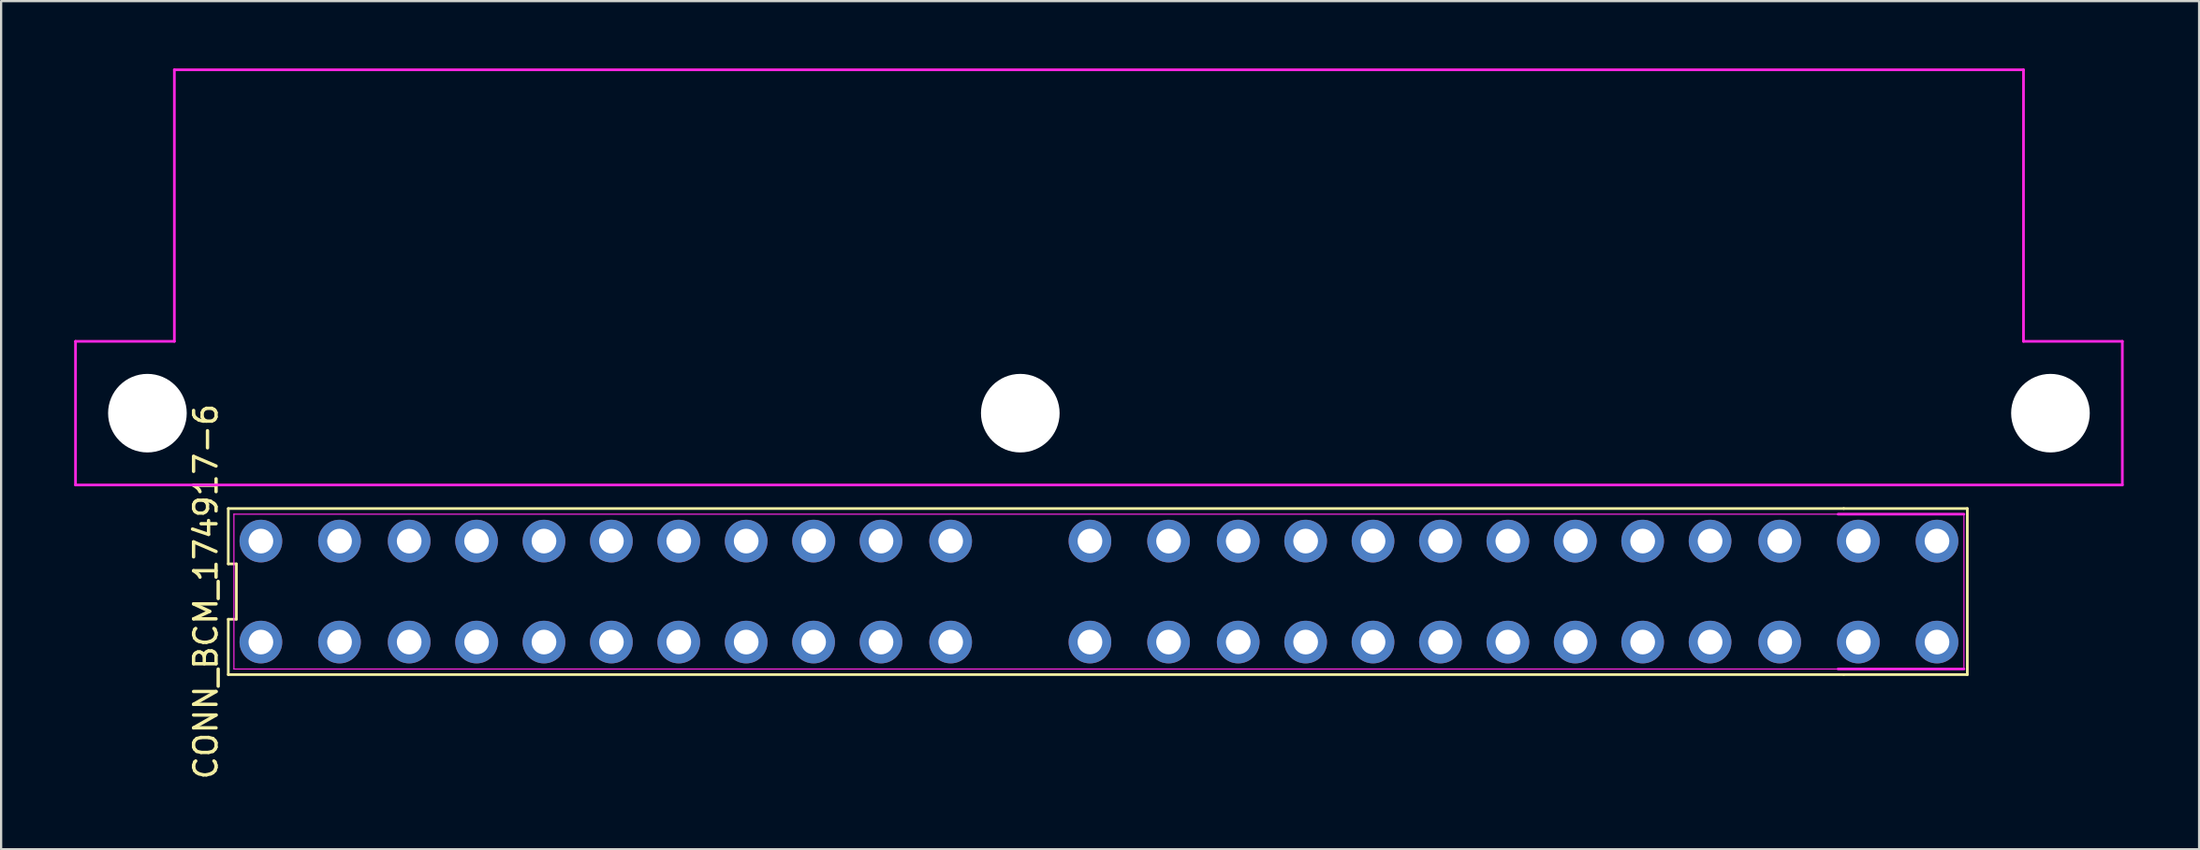
<source format=kicad_pcb>
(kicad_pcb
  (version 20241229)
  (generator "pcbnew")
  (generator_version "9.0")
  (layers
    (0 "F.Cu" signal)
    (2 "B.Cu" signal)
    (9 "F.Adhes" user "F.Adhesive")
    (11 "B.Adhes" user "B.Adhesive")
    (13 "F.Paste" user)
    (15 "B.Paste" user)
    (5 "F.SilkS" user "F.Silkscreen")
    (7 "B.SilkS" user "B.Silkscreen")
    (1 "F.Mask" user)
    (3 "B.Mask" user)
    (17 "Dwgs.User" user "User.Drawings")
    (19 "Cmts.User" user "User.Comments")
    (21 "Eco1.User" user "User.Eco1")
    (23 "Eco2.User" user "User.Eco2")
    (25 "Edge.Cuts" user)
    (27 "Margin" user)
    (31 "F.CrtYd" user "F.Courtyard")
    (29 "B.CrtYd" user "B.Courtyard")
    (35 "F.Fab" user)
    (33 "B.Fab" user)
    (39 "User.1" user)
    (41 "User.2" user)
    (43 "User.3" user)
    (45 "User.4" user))
  (footprint "CONN_BCM_174917-6"
    (layer "F.Cu")
    (at 8.561 21.06)
    (property "Reference" "CONN_BCM_174917-6" (at -2.45 2.25 90) (layer "F.SilkS") (effects (font (size 1 1) (thickness 0.15))))
    (attr through_hole)
    (fp_line (start -1.45 -1.45) (end -1.45 1.017) (stroke (width 0.12) (type solid)) (layer "F.SilkS"))
    (fp_line (start -1.45 1.017) (end -1.09 1.017) (stroke (width 0.12) (type solid)) (layer "F.SilkS"))
    (fp_line (start -1.45 3.483) (end -1.45 5.95) (stroke (width 0.12) (type solid)) (layer "F.SilkS"))
    (fp_line (start -1.45 5.95) (end 70.45 5.95) (stroke (width 0.12) (type solid)) (layer "F.SilkS"))
    (fp_line (start -1.09 1.017) (end -1.09 3.483) (stroke (width 0.12) (type solid)) (layer "F.SilkS"))
    (fp_line (start -1.09 3.483) (end -1.45 3.483) (stroke (width 0.12) (type solid)) (layer "F.SilkS"))
    (fp_line (start 70.45 -1.45) (end -1.45 -1.45) (stroke (width 0.12) (type solid)) (layer "F.SilkS"))
    (fp_line (start 70.45 -1.45) (end 75.95 -1.45) (stroke (width 0.12) (type solid)) (layer "F.SilkS"))
    (fp_line (start 75.95 5.95) (end 70.45 5.95) (stroke (width 0.12) (type solid)) (layer "F.SilkS"))
    (fp_line (start 75.95 5.95) (end 75.95 -1.45) (stroke (width 0.12) (type solid)) (layer "F.SilkS"))
    (fp_circle (center -5 -5.7) (end -8.5 -5.8) (stroke (width 0.12) (type solid)) (fill no) (layer "Eco1.User"))
    (fp_circle (center 79.7 -5.7) (end 83.2 -5.9) (stroke (width 0.12) (type solid)) (fill no) (layer "Eco1.User"))
    (fp_line (start -8.25 -8.9) (end -3.85 -8.9) (stroke (width 0.12) (type solid)) (layer "F.CrtYd"))
    (fp_line (start -8.25 -2.5) (end -8.25 -8.9) (stroke (width 0.12) (type solid)) (layer "F.CrtYd"))
    (fp_line (start -8.25 -2.5) (end 82.85 -2.5) (stroke (width 0.12) (type solid)) (layer "F.CrtYd"))
    (fp_line (start -3.85 -21) (end 78.45 -21) (stroke (width 0.12) (type solid)) (layer "F.CrtYd"))
    (fp_line (start -3.85 -8.9) (end -3.85 -21) (stroke (width 0.12) (type solid)) (layer "F.CrtYd"))
    (fp_line (start -1.2 -1.2) (end 70.2 -1.2) (stroke (width 0.05) (type solid)) (layer "F.CrtYd"))
    (fp_line (start -1.2 5.7) (end -1.2 -1.2) (stroke (width 0.05) (type solid)) (layer "F.CrtYd"))
    (fp_line (start 70.2 5.7) (end -1.2 5.7) (stroke (width 0.05) (type solid)) (layer "F.CrtYd"))
    (fp_line (start 70.2 5.7) (end 75.8 5.7) (stroke (width 0.12) (type solid)) (layer "F.CrtYd"))
    (fp_line (start 75.8 -1.2) (end 70.2 -1.2) (stroke (width 0.12) (type solid)) (layer "F.CrtYd"))
    (fp_line (start 75.8 -1.2) (end 75.8 5.7) (stroke (width 0.05) (type solid)) (layer "F.CrtYd"))
    (fp_line (start 78.45 -8.9) (end 78.45 -21) (stroke (width 0.12) (type solid)) (layer "F.CrtYd"))
    (fp_line (start 82.85 -8.9) (end 78.45 -8.9) (stroke (width 0.12) (type solid)) (layer "F.CrtYd"))
    (fp_line (start 82.85 -2.5) (end 82.85 -8.9) (stroke (width 0.12) (type solid)) (layer "F.CrtYd"))
    (pad "" np_thru_hole circle (at -5.05 -5.7) (size 3.5 3.5) (drill 3.5) (layers "*.Cu" "*.Mask"))
    (pad "" np_thru_hole circle (at 33.8 -5.7) (size 3.5 3.5) (drill 3.5) (layers "*.Cu" "*.Mask"))
    (pad "" np_thru_hole circle (at 79.65 -5.7) (size 3.5 3.5) (drill 3.5) (layers "*.Cu" "*.Mask"))
    (pad "A01" thru_hole circle (at 74.6 0) (size 1.9 1.9) (drill 1.1) (layers "*.Cu" "*.Mask"))
    (pad "A02" thru_hole circle (at 71.1 0) (size 1.9 1.9) (drill 1.1) (layers "*.Cu" "*.Mask"))
    (pad "A03" thru_hole circle (at 67.6 0) (size 1.9 1.9) (drill 1.1) (layers "*.Cu" "*.Mask"))
    (pad "A04" thru_hole circle (at 64.5 0) (size 1.9 1.9) (drill 1.1) (layers "*.Cu" "*.Mask"))
    (pad "A05" thru_hole circle (at 61.5 0) (size 1.9 1.9) (drill 1.1) (layers "*.Cu" "*.Mask"))
    (pad "A06" thru_hole circle (at 58.5 0) (size 1.9 1.9) (drill 1.1) (layers "*.Cu" "*.Mask"))
    (pad "A07" thru_hole circle (at 55.5 0) (size 1.9 1.9) (drill 1.1) (layers "*.Cu" "*.Mask"))
    (pad "A08" thru_hole circle (at 52.5 0) (size 1.9 1.9) (drill 1.1) (layers "*.Cu" "*.Mask"))
    (pad "A09" thru_hole circle (at 49.5 0) (size 1.9 1.9) (drill 1.1) (layers "*.Cu" "*.Mask"))
    (pad "A10" thru_hole circle (at 46.5 0) (size 1.9 1.9) (drill 1.1) (layers "*.Cu" "*.Mask"))
    (pad "A11" thru_hole circle (at 43.5 0) (size 1.9 1.9) (drill 1.1) (layers "*.Cu" "*.Mask"))
    (pad "A12" thru_hole circle (at 40.4 0) (size 1.9 1.9) (drill 1.1) (layers "*.Cu" "*.Mask"))
    (pad "A13" thru_hole circle (at 36.9 0) (size 1.9 1.9) (drill 1.1) (layers "*.Cu" "*.Mask"))
    (pad "A14" thru_hole circle (at 74.6 4.5) (size 1.9 1.9) (drill 1.1) (layers "*.Cu" "*.Mask"))
    (pad "A15" thru_hole circle (at 71.1 4.5) (size 1.9 1.9) (drill 1.1) (layers "*.Cu" "*.Mask"))
    (pad "A16" thru_hole circle (at 67.6 4.5) (size 1.9 1.9) (drill 1.1) (layers "*.Cu" "*.Mask"))
    (pad "A17" thru_hole circle (at 64.5 4.5) (size 1.9 1.9) (drill 1.1) (layers "*.Cu" "*.Mask"))
    (pad "A18" thru_hole circle (at 61.5 4.5) (size 1.9 1.9) (drill 1.1) (layers "*.Cu" "*.Mask"))
    (pad "A19" thru_hole circle (at 58.5 4.5) (size 1.9 1.9) (drill 1.1) (layers "*.Cu" "*.Mask"))
    (pad "A20" thru_hole circle (at 55.5 4.5) (size 1.9 1.9) (drill 1.1) (layers "*.Cu" "*.Mask"))
    (pad "A21" thru_hole circle (at 52.5 4.5) (size 1.9 1.9) (drill 1.1) (layers "*.Cu" "*.Mask"))
    (pad "A22" thru_hole circle (at 49.5 4.5) (size 1.9 1.9) (drill 1.1) (layers "*.Cu" "*.Mask"))
    (pad "A23" thru_hole circle (at 46.5 4.5) (size 1.9 1.9) (drill 1.1) (layers "*.Cu" "*.Mask"))
    (pad "A24" thru_hole circle (at 43.5 4.5) (size 1.9 1.9) (drill 1.1) (layers "*.Cu" "*.Mask"))
    (pad "A25" thru_hole circle (at 40.4 4.5) (size 1.9 1.9) (drill 1.1) (layers "*.Cu" "*.Mask"))
    (pad "A26" thru_hole circle (at 36.9 4.5) (size 1.9 1.9) (drill 1.1) (layers "*.Cu" "*.Mask"))
    (pad "B01" thru_hole circle (at 30.7 0) (size 1.9 1.9) (drill 1.1) (layers "*.Cu" "*.Mask"))
    (pad "B02" thru_hole circle (at 27.6 0) (size 1.9 1.9) (drill 1.1) (layers "*.Cu" "*.Mask"))
    (pad "B03" thru_hole circle (at 24.6 0) (size 1.9 1.9) (drill 1.1) (layers "*.Cu" "*.Mask"))
    (pad "B04" thru_hole circle (at 21.6 0) (size 1.9 1.9) (drill 1.1) (layers "*.Cu" "*.Mask"))
    (pad "B05" thru_hole circle (at 18.6 0) (size 1.9 1.9) (drill 1.1) (layers "*.Cu" "*.Mask"))
    (pad "B06" thru_hole circle (at 15.6 0) (size 1.9 1.9) (drill 1.1) (layers "*.Cu" "*.Mask"))
    (pad "B07" thru_hole circle (at 12.6 0) (size 1.9 1.9) (drill 1.1) (layers "*.Cu" "*.Mask"))
    (pad "B08" thru_hole circle (at 9.6 0) (size 1.9 1.9) (drill 1.1) (layers "*.Cu" "*.Mask"))
    (pad "B09" thru_hole circle (at 6.6 0) (size 1.9 1.9) (drill 1.1) (layers "*.Cu" "*.Mask"))
    (pad "B10" thru_hole circle (at 3.5 0) (size 1.9 1.9) (drill 1.1) (layers "*.Cu" "*.Mask"))
    (pad "B11" thru_hole circle (at 0 0) (size 1.9 1.9) (drill 1.1) (layers "*.Cu" "*.Mask"))
    (pad "B12" thru_hole circle (at 30.7 4.5) (size 1.9 1.9) (drill 1.1) (layers "*.Cu" "*.Mask"))
    (pad "B13" thru_hole circle (at 27.6 4.5) (size 1.9 1.9) (drill 1.1) (layers "*.Cu" "*.Mask"))
    (pad "B14" thru_hole circle (at 24.6 4.5) (size 1.9 1.9) (drill 1.1) (layers "*.Cu" "*.Mask"))
    (pad "B15" thru_hole circle (at 21.6 4.5) (size 1.9 1.9) (drill 1.1) (layers "*.Cu" "*.Mask"))
    (pad "B16" thru_hole circle (at 18.6 4.5) (size 1.9 1.9) (drill 1.1) (layers "*.Cu" "*.Mask"))
    (pad "B17" thru_hole circle (at 15.6 4.5) (size 1.9 1.9) (drill 1.1) (layers "*.Cu" "*.Mask"))
    (pad "B18" thru_hole circle (at 12.6 4.5) (size 1.9 1.9) (drill 1.1) (layers "*.Cu" "*.Mask"))
    (pad "B19" thru_hole circle (at 9.6 4.5) (size 1.9 1.9) (drill 1.1) (layers "*.Cu" "*.Mask"))
    (pad "B20" thru_hole circle (at 6.6 4.5) (size 1.9 1.9) (drill 1.1) (layers "*.Cu" "*.Mask"))
    (pad "B21" thru_hole circle (at 3.5 4.5) (size 1.9 1.9) (drill 1.1) (layers "*.Cu" "*.Mask"))
    (pad "B22" thru_hole circle (at 0 4.5) (size 1.9 1.9) (drill 1.1) (layers "*.Cu" "*.Mask")))
  (gr_rect
    (start -3 -3)
    (end 94.827 34.792)
    (stroke (width 0.1) (type default))
    (fill no)
    (layer "Edge.Cuts")))
</source>
